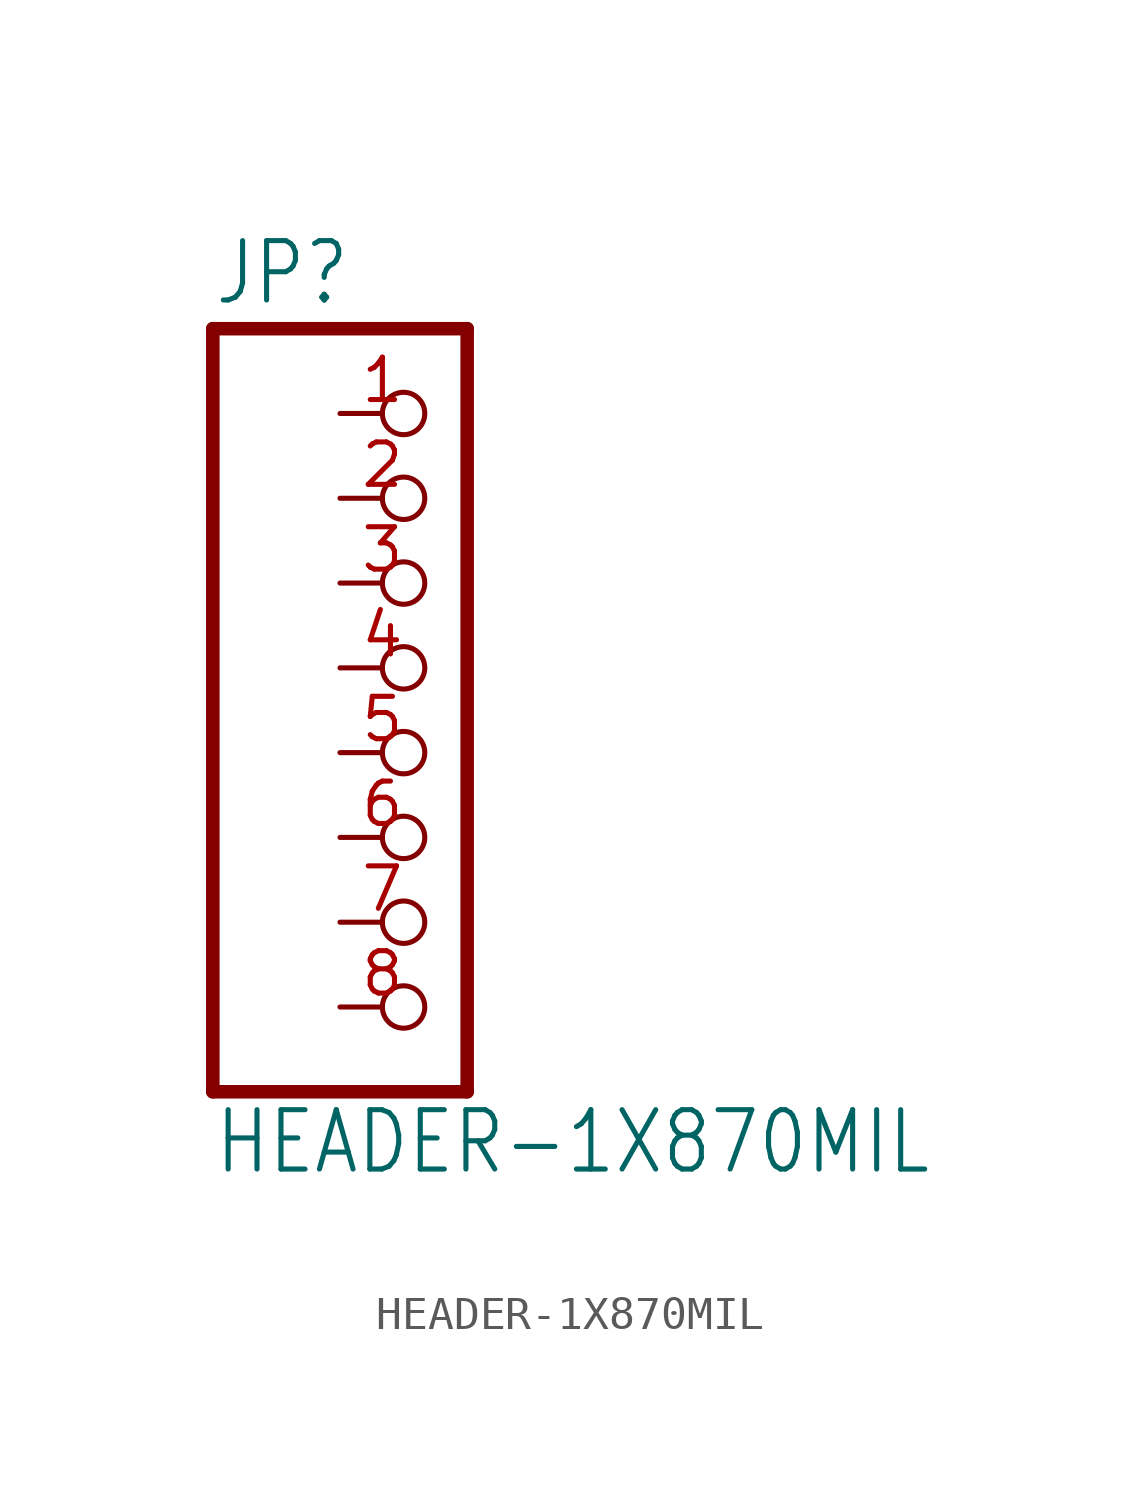
<source format=kicad_sym>
(kicad_symbol_lib
  (version 20201005)
  (generator kicad_symbol_editor)
  (symbol "HEADER-1X870MIL"
    (property "Reference" "JP"
      (at -6.35 13.335 0)
      (effects (font (size 1.778 1.511)) (justify left bottom)))
    (property "Value" "HEADER-1X870MIL"
      (at -6.35 -12.7 0)
      (effects (font (size 1.778 1.511)) (justify left bottom)))
    (property "ki_locked" ""
      (at 0 0 0)
      (effects (font (size 1.27 1.27))))
    (symbol "HEADER-1X870MIL_1_0"
      (polyline (pts (xy -6.35 -10.16) (xy 1.27 -10.16)) (stroke (width 0.406)) (fill (type none)))
      (polyline (pts (xy -6.35 12.7) (xy -6.35 -10.16)) (stroke (width 0.406)) (fill (type none)))
      (polyline (pts (xy 1.27 -10.16) (xy 1.27 12.7)) (stroke (width 0.406)) (fill (type none)))
      (polyline (pts (xy 1.27 12.7) (xy -6.35 12.7)) (stroke (width 0.406)) (fill (type none)))
      (pin passive inverted (at -2.54 10.16 0) (length 2.54) (name "1" (effects (font (size 0 0)))) (number "1" (effects (font (size 1.27 1.27)))))
      (pin passive inverted (at -2.54 7.62 0) (length 2.54) (name "2" (effects (font (size 0 0)))) (number "2" (effects (font (size 1.27 1.27)))))
      (pin passive inverted (at -2.54 5.08 0) (length 2.54) (name "3" (effects (font (size 0 0)))) (number "3" (effects (font (size 1.27 1.27)))))
      (pin passive inverted (at -2.54 2.54 0) (length 2.54) (name "4" (effects (font (size 0 0)))) (number "4" (effects (font (size 1.27 1.27)))))
      (pin passive inverted (at -2.54 0 0) (length 2.54) (name "5" (effects (font (size 0 0)))) (number "5" (effects (font (size 1.27 1.27)))))
      (pin passive inverted (at -2.54 -2.54 0) (length 2.54) (name "6" (effects (font (size 0 0)))) (number "6" (effects (font (size 1.27 1.27)))))
      (pin passive inverted (at -2.54 -5.08 0) (length 2.54) (name "7" (effects (font (size 0 0)))) (number "7" (effects (font (size 1.27 1.27)))))
      (pin passive inverted (at -2.54 -7.62 0) (length 2.54) (name "8" (effects (font (size 0 0)))) (number "8" (effects (font (size 1.27 1.27))))))))
</source>
